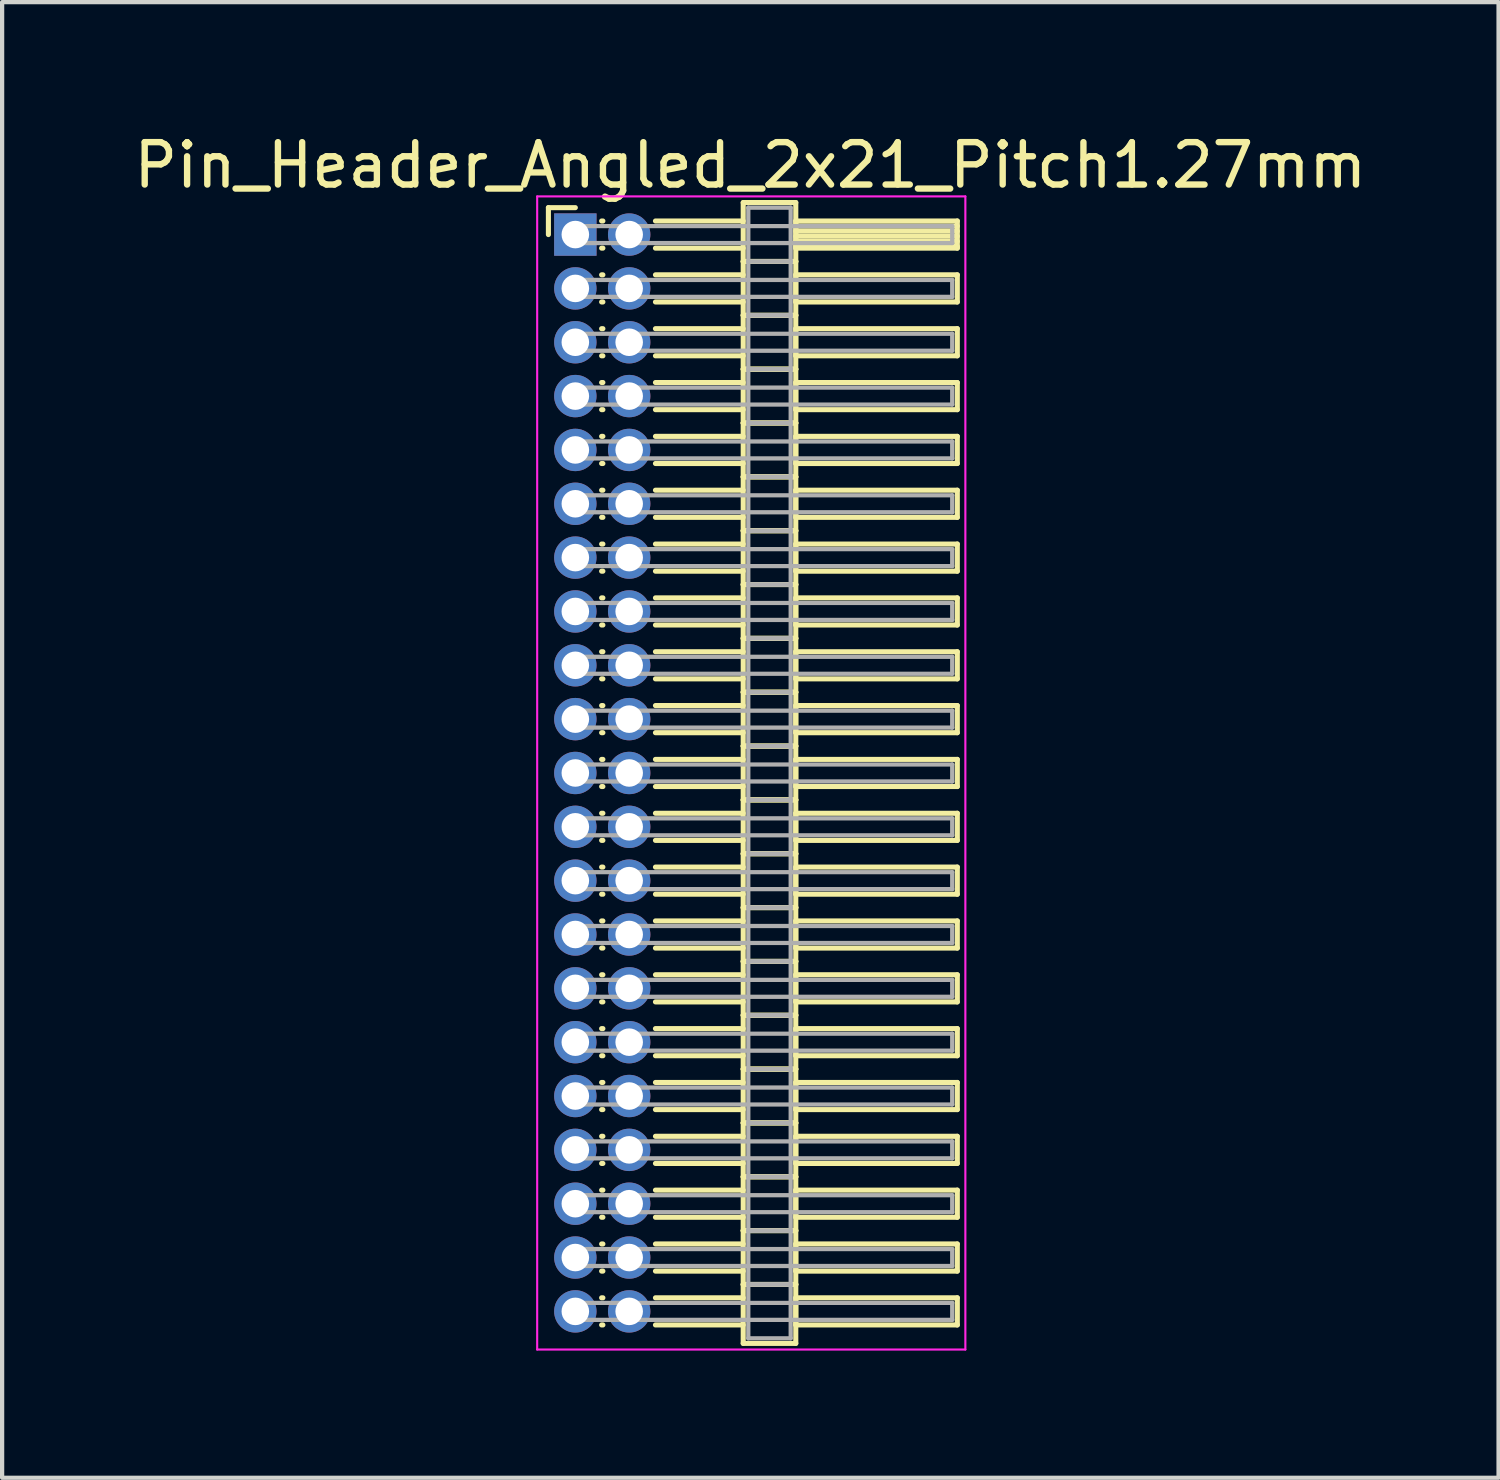
<source format=kicad_pcb>
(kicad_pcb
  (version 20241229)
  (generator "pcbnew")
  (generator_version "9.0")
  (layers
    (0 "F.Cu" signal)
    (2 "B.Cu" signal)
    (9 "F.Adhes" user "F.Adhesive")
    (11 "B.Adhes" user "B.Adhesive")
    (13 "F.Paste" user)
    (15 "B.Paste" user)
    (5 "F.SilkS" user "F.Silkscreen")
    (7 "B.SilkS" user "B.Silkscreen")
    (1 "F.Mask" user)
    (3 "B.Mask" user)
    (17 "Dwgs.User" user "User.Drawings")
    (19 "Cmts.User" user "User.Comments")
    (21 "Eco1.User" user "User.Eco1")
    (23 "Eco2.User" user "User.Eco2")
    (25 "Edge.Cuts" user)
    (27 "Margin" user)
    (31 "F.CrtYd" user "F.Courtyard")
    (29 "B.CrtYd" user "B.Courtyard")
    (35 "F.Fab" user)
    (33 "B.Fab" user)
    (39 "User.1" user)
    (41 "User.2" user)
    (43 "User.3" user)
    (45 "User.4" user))
  (footprint "Pin_Header_Angled_2x21_Pitch1.27mm"
    (layer "F.Cu")
    (at 10.521 2.483)
    (property "Reference" "Pin_Header_Angled_2x21_Pitch1.27mm" (at 4.128 -1.635 0) (layer "F.SilkS") (effects (font (size 1 1) (thickness 0.15))))
    (attr through_hole)
    (fp_line (start -0.635 -0.635) (end 0 -0.635) (stroke (width 0.12) (type solid)) (layer "F.SilkS"))
    (fp_line (start -0.635 0) (end -0.635 -0.635) (stroke (width 0.12) (type solid)) (layer "F.SilkS"))
    (fp_line (start 0.62 -0.32) (end 0.65 -0.32) (stroke (width 0.12) (type solid)) (layer "F.SilkS"))
    (fp_line (start 0.62 0.32) (end 0.65 0.32) (stroke (width 0.12) (type solid)) (layer "F.SilkS"))
    (fp_line (start 0.62 0.95) (end 0.65 0.95) (stroke (width 0.12) (type solid)) (layer "F.SilkS"))
    (fp_line (start 0.62 1.59) (end 0.65 1.59) (stroke (width 0.12) (type solid)) (layer "F.SilkS"))
    (fp_line (start 0.62 2.22) (end 0.65 2.22) (stroke (width 0.12) (type solid)) (layer "F.SilkS"))
    (fp_line (start 0.62 2.86) (end 0.65 2.86) (stroke (width 0.12) (type solid)) (layer "F.SilkS"))
    (fp_line (start 0.62 3.49) (end 0.65 3.49) (stroke (width 0.12) (type solid)) (layer "F.SilkS"))
    (fp_line (start 0.62 4.13) (end 0.65 4.13) (stroke (width 0.12) (type solid)) (layer "F.SilkS"))
    (fp_line (start 0.62 4.76) (end 0.65 4.76) (stroke (width 0.12) (type solid)) (layer "F.SilkS"))
    (fp_line (start 0.62 5.4) (end 0.65 5.4) (stroke (width 0.12) (type solid)) (layer "F.SilkS"))
    (fp_line (start 0.62 6.03) (end 0.65 6.03) (stroke (width 0.12) (type solid)) (layer "F.SilkS"))
    (fp_line (start 0.62 6.67) (end 0.65 6.67) (stroke (width 0.12) (type solid)) (layer "F.SilkS"))
    (fp_line (start 0.62 7.3) (end 0.65 7.3) (stroke (width 0.12) (type solid)) (layer "F.SilkS"))
    (fp_line (start 0.62 7.94) (end 0.65 7.94) (stroke (width 0.12) (type solid)) (layer "F.SilkS"))
    (fp_line (start 0.62 8.57) (end 0.65 8.57) (stroke (width 0.12) (type solid)) (layer "F.SilkS"))
    (fp_line (start 0.62 9.21) (end 0.65 9.21) (stroke (width 0.12) (type solid)) (layer "F.SilkS"))
    (fp_line (start 0.62 9.84) (end 0.65 9.84) (stroke (width 0.12) (type solid)) (layer "F.SilkS"))
    (fp_line (start 0.62 10.48) (end 0.65 10.48) (stroke (width 0.12) (type solid)) (layer "F.SilkS"))
    (fp_line (start 0.62 11.11) (end 0.65 11.11) (stroke (width 0.12) (type solid)) (layer "F.SilkS"))
    (fp_line (start 0.62 11.75) (end 0.65 11.75) (stroke (width 0.12) (type solid)) (layer "F.SilkS"))
    (fp_line (start 0.62 12.38) (end 0.65 12.38) (stroke (width 0.12) (type solid)) (layer "F.SilkS"))
    (fp_line (start 0.62 13.02) (end 0.65 13.02) (stroke (width 0.12) (type solid)) (layer "F.SilkS"))
    (fp_line (start 0.62 13.65) (end 0.65 13.65) (stroke (width 0.12) (type solid)) (layer "F.SilkS"))
    (fp_line (start 0.62 14.29) (end 0.65 14.29) (stroke (width 0.12) (type solid)) (layer "F.SilkS"))
    (fp_line (start 0.62 14.92) (end 0.65 14.92) (stroke (width 0.12) (type solid)) (layer "F.SilkS"))
    (fp_line (start 0.62 15.56) (end 0.65 15.56) (stroke (width 0.12) (type solid)) (layer "F.SilkS"))
    (fp_line (start 0.62 16.19) (end 0.65 16.19) (stroke (width 0.12) (type solid)) (layer "F.SilkS"))
    (fp_line (start 0.62 16.83) (end 0.65 16.83) (stroke (width 0.12) (type solid)) (layer "F.SilkS"))
    (fp_line (start 0.62 17.46) (end 0.65 17.46) (stroke (width 0.12) (type solid)) (layer "F.SilkS"))
    (fp_line (start 0.62 18.1) (end 0.65 18.1) (stroke (width 0.12) (type solid)) (layer "F.SilkS"))
    (fp_line (start 0.62 18.73) (end 0.65 18.73) (stroke (width 0.12) (type solid)) (layer "F.SilkS"))
    (fp_line (start 0.62 19.37) (end 0.65 19.37) (stroke (width 0.12) (type solid)) (layer "F.SilkS"))
    (fp_line (start 0.62 20) (end 0.65 20) (stroke (width 0.12) (type solid)) (layer "F.SilkS"))
    (fp_line (start 0.62 20.64) (end 0.65 20.64) (stroke (width 0.12) (type solid)) (layer "F.SilkS"))
    (fp_line (start 0.62 21.27) (end 0.65 21.27) (stroke (width 0.12) (type solid)) (layer "F.SilkS"))
    (fp_line (start 0.62 21.91) (end 0.65 21.91) (stroke (width 0.12) (type solid)) (layer "F.SilkS"))
    (fp_line (start 0.62 22.54) (end 0.65 22.54) (stroke (width 0.12) (type solid)) (layer "F.SilkS"))
    (fp_line (start 0.62 23.18) (end 0.65 23.18) (stroke (width 0.12) (type solid)) (layer "F.SilkS"))
    (fp_line (start 0.62 23.81) (end 0.65 23.81) (stroke (width 0.12) (type solid)) (layer "F.SilkS"))
    (fp_line (start 0.62 24.45) (end 0.65 24.45) (stroke (width 0.12) (type solid)) (layer "F.SilkS"))
    (fp_line (start 0.62 25.08) (end 0.65 25.08) (stroke (width 0.12) (type solid)) (layer "F.SilkS"))
    (fp_line (start 0.62 25.72) (end 0.65 25.72) (stroke (width 0.12) (type solid)) (layer "F.SilkS"))
    (fp_line (start 1.89 -0.32) (end 3.96 -0.32) (stroke (width 0.12) (type solid)) (layer "F.SilkS"))
    (fp_line (start 1.89 0.32) (end 3.96 0.32) (stroke (width 0.12) (type solid)) (layer "F.SilkS"))
    (fp_line (start 1.89 0.95) (end 3.96 0.95) (stroke (width 0.12) (type solid)) (layer "F.SilkS"))
    (fp_line (start 1.89 1.59) (end 3.96 1.59) (stroke (width 0.12) (type solid)) (layer "F.SilkS"))
    (fp_line (start 1.89 2.22) (end 3.96 2.22) (stroke (width 0.12) (type solid)) (layer "F.SilkS"))
    (fp_line (start 1.89 2.86) (end 3.96 2.86) (stroke (width 0.12) (type solid)) (layer "F.SilkS"))
    (fp_line (start 1.89 3.49) (end 3.96 3.49) (stroke (width 0.12) (type solid)) (layer "F.SilkS"))
    (fp_line (start 1.89 4.13) (end 3.96 4.13) (stroke (width 0.12) (type solid)) (layer "F.SilkS"))
    (fp_line (start 1.89 4.76) (end 3.96 4.76) (stroke (width 0.12) (type solid)) (layer "F.SilkS"))
    (fp_line (start 1.89 5.4) (end 3.96 5.4) (stroke (width 0.12) (type solid)) (layer "F.SilkS"))
    (fp_line (start 1.89 6.03) (end 3.96 6.03) (stroke (width 0.12) (type solid)) (layer "F.SilkS"))
    (fp_line (start 1.89 6.67) (end 3.96 6.67) (stroke (width 0.12) (type solid)) (layer "F.SilkS"))
    (fp_line (start 1.89 7.3) (end 3.96 7.3) (stroke (width 0.12) (type solid)) (layer "F.SilkS"))
    (fp_line (start 1.89 7.94) (end 3.96 7.94) (stroke (width 0.12) (type solid)) (layer "F.SilkS"))
    (fp_line (start 1.89 8.57) (end 3.96 8.57) (stroke (width 0.12) (type solid)) (layer "F.SilkS"))
    (fp_line (start 1.89 9.21) (end 3.96 9.21) (stroke (width 0.12) (type solid)) (layer "F.SilkS"))
    (fp_line (start 1.89 9.84) (end 3.96 9.84) (stroke (width 0.12) (type solid)) (layer "F.SilkS"))
    (fp_line (start 1.89 10.48) (end 3.96 10.48) (stroke (width 0.12) (type solid)) (layer "F.SilkS"))
    (fp_line (start 1.89 11.11) (end 3.96 11.11) (stroke (width 0.12) (type solid)) (layer "F.SilkS"))
    (fp_line (start 1.89 11.75) (end 3.96 11.75) (stroke (width 0.12) (type solid)) (layer "F.SilkS"))
    (fp_line (start 1.89 12.38) (end 3.96 12.38) (stroke (width 0.12) (type solid)) (layer "F.SilkS"))
    (fp_line (start 1.89 13.02) (end 3.96 13.02) (stroke (width 0.12) (type solid)) (layer "F.SilkS"))
    (fp_line (start 1.89 13.65) (end 3.96 13.65) (stroke (width 0.12) (type solid)) (layer "F.SilkS"))
    (fp_line (start 1.89 14.29) (end 3.96 14.29) (stroke (width 0.12) (type solid)) (layer "F.SilkS"))
    (fp_line (start 1.89 14.92) (end 3.96 14.92) (stroke (width 0.12) (type solid)) (layer "F.SilkS"))
    (fp_line (start 1.89 15.56) (end 3.96 15.56) (stroke (width 0.12) (type solid)) (layer "F.SilkS"))
    (fp_line (start 1.89 16.19) (end 3.96 16.19) (stroke (width 0.12) (type solid)) (layer "F.SilkS"))
    (fp_line (start 1.89 16.83) (end 3.96 16.83) (stroke (width 0.12) (type solid)) (layer "F.SilkS"))
    (fp_line (start 1.89 17.46) (end 3.96 17.46) (stroke (width 0.12) (type solid)) (layer "F.SilkS"))
    (fp_line (start 1.89 18.1) (end 3.96 18.1) (stroke (width 0.12) (type solid)) (layer "F.SilkS"))
    (fp_line (start 1.89 18.73) (end 3.96 18.73) (stroke (width 0.12) (type solid)) (layer "F.SilkS"))
    (fp_line (start 1.89 19.37) (end 3.96 19.37) (stroke (width 0.12) (type solid)) (layer "F.SilkS"))
    (fp_line (start 1.89 20) (end 3.96 20) (stroke (width 0.12) (type solid)) (layer "F.SilkS"))
    (fp_line (start 1.89 20.64) (end 3.96 20.64) (stroke (width 0.12) (type solid)) (layer "F.SilkS"))
    (fp_line (start 1.89 21.27) (end 3.96 21.27) (stroke (width 0.12) (type solid)) (layer "F.SilkS"))
    (fp_line (start 1.89 21.91) (end 3.96 21.91) (stroke (width 0.12) (type solid)) (layer "F.SilkS"))
    (fp_line (start 1.89 22.54) (end 3.96 22.54) (stroke (width 0.12) (type solid)) (layer "F.SilkS"))
    (fp_line (start 1.89 23.18) (end 3.96 23.18) (stroke (width 0.12) (type solid)) (layer "F.SilkS"))
    (fp_line (start 1.89 23.81) (end 3.96 23.81) (stroke (width 0.12) (type solid)) (layer "F.SilkS"))
    (fp_line (start 1.89 24.45) (end 3.96 24.45) (stroke (width 0.12) (type solid)) (layer "F.SilkS"))
    (fp_line (start 1.89 25.08) (end 3.96 25.08) (stroke (width 0.12) (type solid)) (layer "F.SilkS"))
    (fp_line (start 1.89 25.72) (end 3.96 25.72) (stroke (width 0.12) (type solid)) (layer "F.SilkS"))
    (fp_line (start 3.96 -0.755) (end 3.96 0.635) (stroke (width 0.12) (type solid)) (layer "F.SilkS"))
    (fp_line (start 3.96 0.635) (end 3.96 1.905) (stroke (width 0.12) (type solid)) (layer "F.SilkS"))
    (fp_line (start 3.96 0.635) (end 5.2 0.635) (stroke (width 0.12) (type solid)) (layer "F.SilkS"))
    (fp_line (start 3.96 1.905) (end 3.96 3.175) (stroke (width 0.12) (type solid)) (layer "F.SilkS"))
    (fp_line (start 3.96 1.905) (end 5.2 1.905) (stroke (width 0.12) (type solid)) (layer "F.SilkS"))
    (fp_line (start 3.96 3.175) (end 3.96 4.445) (stroke (width 0.12) (type solid)) (layer "F.SilkS"))
    (fp_line (start 3.96 3.175) (end 5.2 3.175) (stroke (width 0.12) (type solid)) (layer "F.SilkS"))
    (fp_line (start 3.96 4.445) (end 3.96 5.715) (stroke (width 0.12) (type solid)) (layer "F.SilkS"))
    (fp_line (start 3.96 4.445) (end 5.2 4.445) (stroke (width 0.12) (type solid)) (layer "F.SilkS"))
    (fp_line (start 3.96 5.715) (end 3.96 6.985) (stroke (width 0.12) (type solid)) (layer "F.SilkS"))
    (fp_line (start 3.96 5.715) (end 5.2 5.715) (stroke (width 0.12) (type solid)) (layer "F.SilkS"))
    (fp_line (start 3.96 6.985) (end 3.96 8.255) (stroke (width 0.12) (type solid)) (layer "F.SilkS"))
    (fp_line (start 3.96 6.985) (end 5.2 6.985) (stroke (width 0.12) (type solid)) (layer "F.SilkS"))
    (fp_line (start 3.96 8.255) (end 3.96 9.525) (stroke (width 0.12) (type solid)) (layer "F.SilkS"))
    (fp_line (start 3.96 8.255) (end 5.2 8.255) (stroke (width 0.12) (type solid)) (layer "F.SilkS"))
    (fp_line (start 3.96 9.525) (end 3.96 10.795) (stroke (width 0.12) (type solid)) (layer "F.SilkS"))
    (fp_line (start 3.96 9.525) (end 5.2 9.525) (stroke (width 0.12) (type solid)) (layer "F.SilkS"))
    (fp_line (start 3.96 10.795) (end 3.96 12.065) (stroke (width 0.12) (type solid)) (layer "F.SilkS"))
    (fp_line (start 3.96 10.795) (end 5.2 10.795) (stroke (width 0.12) (type solid)) (layer "F.SilkS"))
    (fp_line (start 3.96 12.065) (end 3.96 13.335) (stroke (width 0.12) (type solid)) (layer "F.SilkS"))
    (fp_line (start 3.96 12.065) (end 5.2 12.065) (stroke (width 0.12) (type solid)) (layer "F.SilkS"))
    (fp_line (start 3.96 13.335) (end 3.96 14.605) (stroke (width 0.12) (type solid)) (layer "F.SilkS"))
    (fp_line (start 3.96 13.335) (end 5.2 13.335) (stroke (width 0.12) (type solid)) (layer "F.SilkS"))
    (fp_line (start 3.96 14.605) (end 3.96 15.875) (stroke (width 0.12) (type solid)) (layer "F.SilkS"))
    (fp_line (start 3.96 14.605) (end 5.2 14.605) (stroke (width 0.12) (type solid)) (layer "F.SilkS"))
    (fp_line (start 3.96 15.875) (end 3.96 17.145) (stroke (width 0.12) (type solid)) (layer "F.SilkS"))
    (fp_line (start 3.96 15.875) (end 5.2 15.875) (stroke (width 0.12) (type solid)) (layer "F.SilkS"))
    (fp_line (start 3.96 17.145) (end 3.96 18.415) (stroke (width 0.12) (type solid)) (layer "F.SilkS"))
    (fp_line (start 3.96 17.145) (end 5.2 17.145) (stroke (width 0.12) (type solid)) (layer "F.SilkS"))
    (fp_line (start 3.96 18.415) (end 3.96 19.685) (stroke (width 0.12) (type solid)) (layer "F.SilkS"))
    (fp_line (start 3.96 18.415) (end 5.2 18.415) (stroke (width 0.12) (type solid)) (layer "F.SilkS"))
    (fp_line (start 3.96 19.685) (end 3.96 20.955) (stroke (width 0.12) (type solid)) (layer "F.SilkS"))
    (fp_line (start 3.96 19.685) (end 5.2 19.685) (stroke (width 0.12) (type solid)) (layer "F.SilkS"))
    (fp_line (start 3.96 20.955) (end 3.96 22.225) (stroke (width 0.12) (type solid)) (layer "F.SilkS"))
    (fp_line (start 3.96 20.955) (end 5.2 20.955) (stroke (width 0.12) (type solid)) (layer "F.SilkS"))
    (fp_line (start 3.96 22.225) (end 3.96 23.495) (stroke (width 0.12) (type solid)) (layer "F.SilkS"))
    (fp_line (start 3.96 22.225) (end 5.2 22.225) (stroke (width 0.12) (type solid)) (layer "F.SilkS"))
    (fp_line (start 3.96 23.495) (end 3.96 24.765) (stroke (width 0.12) (type solid)) (layer "F.SilkS"))
    (fp_line (start 3.96 23.495) (end 5.2 23.495) (stroke (width 0.12) (type solid)) (layer "F.SilkS"))
    (fp_line (start 3.96 24.765) (end 3.96 26.155) (stroke (width 0.12) (type solid)) (layer "F.SilkS"))
    (fp_line (start 3.96 24.765) (end 5.2 24.765) (stroke (width 0.12) (type solid)) (layer "F.SilkS"))
    (fp_line (start 3.96 26.155) (end 5.2 26.155) (stroke (width 0.12) (type solid)) (layer "F.SilkS"))
    (fp_line (start 5.2 -0.755) (end 3.96 -0.755) (stroke (width 0.12) (type solid)) (layer "F.SilkS"))
    (fp_line (start 5.2 -0.32) (end 5.2 0.32) (stroke (width 0.12) (type solid)) (layer "F.SilkS"))
    (fp_line (start 5.2 -0.2) (end 9.01 -0.2) (stroke (width 0.12) (type solid)) (layer "F.SilkS"))
    (fp_line (start 5.2 -0.08) (end 9.01 -0.08) (stroke (width 0.12) (type solid)) (layer "F.SilkS"))
    (fp_line (start 5.2 0.04) (end 9.01 0.04) (stroke (width 0.12) (type solid)) (layer "F.SilkS"))
    (fp_line (start 5.2 0.16) (end 9.01 0.16) (stroke (width 0.12) (type solid)) (layer "F.SilkS"))
    (fp_line (start 5.2 0.28) (end 9.01 0.28) (stroke (width 0.12) (type solid)) (layer "F.SilkS"))
    (fp_line (start 5.2 0.32) (end 9.01 0.32) (stroke (width 0.12) (type solid)) (layer "F.SilkS"))
    (fp_line (start 5.2 0.635) (end 3.96 0.635) (stroke (width 0.12) (type solid)) (layer "F.SilkS"))
    (fp_line (start 5.2 0.635) (end 5.2 -0.755) (stroke (width 0.12) (type solid)) (layer "F.SilkS"))
    (fp_line (start 5.2 0.95) (end 5.2 1.59) (stroke (width 0.12) (type solid)) (layer "F.SilkS"))
    (fp_line (start 5.2 1.59) (end 9.01 1.59) (stroke (width 0.12) (type solid)) (layer "F.SilkS"))
    (fp_line (start 5.2 1.905) (end 3.96 1.905) (stroke (width 0.12) (type solid)) (layer "F.SilkS"))
    (fp_line (start 5.2 1.905) (end 5.2 0.635) (stroke (width 0.12) (type solid)) (layer "F.SilkS"))
    (fp_line (start 5.2 2.22) (end 5.2 2.86) (stroke (width 0.12) (type solid)) (layer "F.SilkS"))
    (fp_line (start 5.2 2.86) (end 9.01 2.86) (stroke (width 0.12) (type solid)) (layer "F.SilkS"))
    (fp_line (start 5.2 3.175) (end 3.96 3.175) (stroke (width 0.12) (type solid)) (layer "F.SilkS"))
    (fp_line (start 5.2 3.175) (end 5.2 1.905) (stroke (width 0.12) (type solid)) (layer "F.SilkS"))
    (fp_line (start 5.2 3.49) (end 5.2 4.13) (stroke (width 0.12) (type solid)) (layer "F.SilkS"))
    (fp_line (start 5.2 4.13) (end 9.01 4.13) (stroke (width 0.12) (type solid)) (layer "F.SilkS"))
    (fp_line (start 5.2 4.445) (end 3.96 4.445) (stroke (width 0.12) (type solid)) (layer "F.SilkS"))
    (fp_line (start 5.2 4.445) (end 5.2 3.175) (stroke (width 0.12) (type solid)) (layer "F.SilkS"))
    (fp_line (start 5.2 4.76) (end 5.2 5.4) (stroke (width 0.12) (type solid)) (layer "F.SilkS"))
    (fp_line (start 5.2 5.4) (end 9.01 5.4) (stroke (width 0.12) (type solid)) (layer "F.SilkS"))
    (fp_line (start 5.2 5.715) (end 3.96 5.715) (stroke (width 0.12) (type solid)) (layer "F.SilkS"))
    (fp_line (start 5.2 5.715) (end 5.2 4.445) (stroke (width 0.12) (type solid)) (layer "F.SilkS"))
    (fp_line (start 5.2 6.03) (end 5.2 6.67) (stroke (width 0.12) (type solid)) (layer "F.SilkS"))
    (fp_line (start 5.2 6.67) (end 9.01 6.67) (stroke (width 0.12) (type solid)) (layer "F.SilkS"))
    (fp_line (start 5.2 6.985) (end 3.96 6.985) (stroke (width 0.12) (type solid)) (layer "F.SilkS"))
    (fp_line (start 5.2 6.985) (end 5.2 5.715) (stroke (width 0.12) (type solid)) (layer "F.SilkS"))
    (fp_line (start 5.2 7.3) (end 5.2 7.94) (stroke (width 0.12) (type solid)) (layer "F.SilkS"))
    (fp_line (start 5.2 7.94) (end 9.01 7.94) (stroke (width 0.12) (type solid)) (layer "F.SilkS"))
    (fp_line (start 5.2 8.255) (end 3.96 8.255) (stroke (width 0.12) (type solid)) (layer "F.SilkS"))
    (fp_line (start 5.2 8.255) (end 5.2 6.985) (stroke (width 0.12) (type solid)) (layer "F.SilkS"))
    (fp_line (start 5.2 8.57) (end 5.2 9.21) (stroke (width 0.12) (type solid)) (layer "F.SilkS"))
    (fp_line (start 5.2 9.21) (end 9.01 9.21) (stroke (width 0.12) (type solid)) (layer "F.SilkS"))
    (fp_line (start 5.2 9.525) (end 3.96 9.525) (stroke (width 0.12) (type solid)) (layer "F.SilkS"))
    (fp_line (start 5.2 9.525) (end 5.2 8.255) (stroke (width 0.12) (type solid)) (layer "F.SilkS"))
    (fp_line (start 5.2 9.84) (end 5.2 10.48) (stroke (width 0.12) (type solid)) (layer "F.SilkS"))
    (fp_line (start 5.2 10.48) (end 9.01 10.48) (stroke (width 0.12) (type solid)) (layer "F.SilkS"))
    (fp_line (start 5.2 10.795) (end 3.96 10.795) (stroke (width 0.12) (type solid)) (layer "F.SilkS"))
    (fp_line (start 5.2 10.795) (end 5.2 9.525) (stroke (width 0.12) (type solid)) (layer "F.SilkS"))
    (fp_line (start 5.2 11.11) (end 5.2 11.75) (stroke (width 0.12) (type solid)) (layer "F.SilkS"))
    (fp_line (start 5.2 11.75) (end 9.01 11.75) (stroke (width 0.12) (type solid)) (layer "F.SilkS"))
    (fp_line (start 5.2 12.065) (end 3.96 12.065) (stroke (width 0.12) (type solid)) (layer "F.SilkS"))
    (fp_line (start 5.2 12.065) (end 5.2 10.795) (stroke (width 0.12) (type solid)) (layer "F.SilkS"))
    (fp_line (start 5.2 12.38) (end 5.2 13.02) (stroke (width 0.12) (type solid)) (layer "F.SilkS"))
    (fp_line (start 5.2 13.02) (end 9.01 13.02) (stroke (width 0.12) (type solid)) (layer "F.SilkS"))
    (fp_line (start 5.2 13.335) (end 3.96 13.335) (stroke (width 0.12) (type solid)) (layer "F.SilkS"))
    (fp_line (start 5.2 13.335) (end 5.2 12.065) (stroke (width 0.12) (type solid)) (layer "F.SilkS"))
    (fp_line (start 5.2 13.65) (end 5.2 14.29) (stroke (width 0.12) (type solid)) (layer "F.SilkS"))
    (fp_line (start 5.2 14.29) (end 9.01 14.29) (stroke (width 0.12) (type solid)) (layer "F.SilkS"))
    (fp_line (start 5.2 14.605) (end 3.96 14.605) (stroke (width 0.12) (type solid)) (layer "F.SilkS"))
    (fp_line (start 5.2 14.605) (end 5.2 13.335) (stroke (width 0.12) (type solid)) (layer "F.SilkS"))
    (fp_line (start 5.2 14.92) (end 5.2 15.56) (stroke (width 0.12) (type solid)) (layer "F.SilkS"))
    (fp_line (start 5.2 15.56) (end 9.01 15.56) (stroke (width 0.12) (type solid)) (layer "F.SilkS"))
    (fp_line (start 5.2 15.875) (end 3.96 15.875) (stroke (width 0.12) (type solid)) (layer "F.SilkS"))
    (fp_line (start 5.2 15.875) (end 5.2 14.605) (stroke (width 0.12) (type solid)) (layer "F.SilkS"))
    (fp_line (start 5.2 16.19) (end 5.2 16.83) (stroke (width 0.12) (type solid)) (layer "F.SilkS"))
    (fp_line (start 5.2 16.83) (end 9.01 16.83) (stroke (width 0.12) (type solid)) (layer "F.SilkS"))
    (fp_line (start 5.2 17.145) (end 3.96 17.145) (stroke (width 0.12) (type solid)) (layer "F.SilkS"))
    (fp_line (start 5.2 17.145) (end 5.2 15.875) (stroke (width 0.12) (type solid)) (layer "F.SilkS"))
    (fp_line (start 5.2 17.46) (end 5.2 18.1) (stroke (width 0.12) (type solid)) (layer "F.SilkS"))
    (fp_line (start 5.2 18.1) (end 9.01 18.1) (stroke (width 0.12) (type solid)) (layer "F.SilkS"))
    (fp_line (start 5.2 18.415) (end 3.96 18.415) (stroke (width 0.12) (type solid)) (layer "F.SilkS"))
    (fp_line (start 5.2 18.415) (end 5.2 17.145) (stroke (width 0.12) (type solid)) (layer "F.SilkS"))
    (fp_line (start 5.2 18.73) (end 5.2 19.37) (stroke (width 0.12) (type solid)) (layer "F.SilkS"))
    (fp_line (start 5.2 19.37) (end 9.01 19.37) (stroke (width 0.12) (type solid)) (layer "F.SilkS"))
    (fp_line (start 5.2 19.685) (end 3.96 19.685) (stroke (width 0.12) (type solid)) (layer "F.SilkS"))
    (fp_line (start 5.2 19.685) (end 5.2 18.415) (stroke (width 0.12) (type solid)) (layer "F.SilkS"))
    (fp_line (start 5.2 20) (end 5.2 20.64) (stroke (width 0.12) (type solid)) (layer "F.SilkS"))
    (fp_line (start 5.2 20.64) (end 9.01 20.64) (stroke (width 0.12) (type solid)) (layer "F.SilkS"))
    (fp_line (start 5.2 20.955) (end 3.96 20.955) (stroke (width 0.12) (type solid)) (layer "F.SilkS"))
    (fp_line (start 5.2 20.955) (end 5.2 19.685) (stroke (width 0.12) (type solid)) (layer "F.SilkS"))
    (fp_line (start 5.2 21.27) (end 5.2 21.91) (stroke (width 0.12) (type solid)) (layer "F.SilkS"))
    (fp_line (start 5.2 21.91) (end 9.01 21.91) (stroke (width 0.12) (type solid)) (layer "F.SilkS"))
    (fp_line (start 5.2 22.225) (end 3.96 22.225) (stroke (width 0.12) (type solid)) (layer "F.SilkS"))
    (fp_line (start 5.2 22.225) (end 5.2 20.955) (stroke (width 0.12) (type solid)) (layer "F.SilkS"))
    (fp_line (start 5.2 22.54) (end 5.2 23.18) (stroke (width 0.12) (type solid)) (layer "F.SilkS"))
    (fp_line (start 5.2 23.18) (end 9.01 23.18) (stroke (width 0.12) (type solid)) (layer "F.SilkS"))
    (fp_line (start 5.2 23.495) (end 3.96 23.495) (stroke (width 0.12) (type solid)) (layer "F.SilkS"))
    (fp_line (start 5.2 23.495) (end 5.2 22.225) (stroke (width 0.12) (type solid)) (layer "F.SilkS"))
    (fp_line (start 5.2 23.81) (end 5.2 24.45) (stroke (width 0.12) (type solid)) (layer "F.SilkS"))
    (fp_line (start 5.2 24.45) (end 9.01 24.45) (stroke (width 0.12) (type solid)) (layer "F.SilkS"))
    (fp_line (start 5.2 24.765) (end 3.96 24.765) (stroke (width 0.12) (type solid)) (layer "F.SilkS"))
    (fp_line (start 5.2 24.765) (end 5.2 23.495) (stroke (width 0.12) (type solid)) (layer "F.SilkS"))
    (fp_line (start 5.2 25.08) (end 5.2 25.72) (stroke (width 0.12) (type solid)) (layer "F.SilkS"))
    (fp_line (start 5.2 25.72) (end 9.01 25.72) (stroke (width 0.12) (type solid)) (layer "F.SilkS"))
    (fp_line (start 5.2 26.155) (end 5.2 24.765) (stroke (width 0.12) (type solid)) (layer "F.SilkS"))
    (fp_line (start 9.01 -0.32) (end 5.2 -0.32) (stroke (width 0.12) (type solid)) (layer "F.SilkS"))
    (fp_line (start 9.01 0.32) (end 9.01 -0.32) (stroke (width 0.12) (type solid)) (layer "F.SilkS"))
    (fp_line (start 9.01 0.95) (end 5.2 0.95) (stroke (width 0.12) (type solid)) (layer "F.SilkS"))
    (fp_line (start 9.01 1.59) (end 9.01 0.95) (stroke (width 0.12) (type solid)) (layer "F.SilkS"))
    (fp_line (start 9.01 2.22) (end 5.2 2.22) (stroke (width 0.12) (type solid)) (layer "F.SilkS"))
    (fp_line (start 9.01 2.86) (end 9.01 2.22) (stroke (width 0.12) (type solid)) (layer "F.SilkS"))
    (fp_line (start 9.01 3.49) (end 5.2 3.49) (stroke (width 0.12) (type solid)) (layer "F.SilkS"))
    (fp_line (start 9.01 4.13) (end 9.01 3.49) (stroke (width 0.12) (type solid)) (layer "F.SilkS"))
    (fp_line (start 9.01 4.76) (end 5.2 4.76) (stroke (width 0.12) (type solid)) (layer "F.SilkS"))
    (fp_line (start 9.01 5.4) (end 9.01 4.76) (stroke (width 0.12) (type solid)) (layer "F.SilkS"))
    (fp_line (start 9.01 6.03) (end 5.2 6.03) (stroke (width 0.12) (type solid)) (layer "F.SilkS"))
    (fp_line (start 9.01 6.67) (end 9.01 6.03) (stroke (width 0.12) (type solid)) (layer "F.SilkS"))
    (fp_line (start 9.01 7.3) (end 5.2 7.3) (stroke (width 0.12) (type solid)) (layer "F.SilkS"))
    (fp_line (start 9.01 7.94) (end 9.01 7.3) (stroke (width 0.12) (type solid)) (layer "F.SilkS"))
    (fp_line (start 9.01 8.57) (end 5.2 8.57) (stroke (width 0.12) (type solid)) (layer "F.SilkS"))
    (fp_line (start 9.01 9.21) (end 9.01 8.57) (stroke (width 0.12) (type solid)) (layer "F.SilkS"))
    (fp_line (start 9.01 9.84) (end 5.2 9.84) (stroke (width 0.12) (type solid)) (layer "F.SilkS"))
    (fp_line (start 9.01 10.48) (end 9.01 9.84) (stroke (width 0.12) (type solid)) (layer "F.SilkS"))
    (fp_line (start 9.01 11.11) (end 5.2 11.11) (stroke (width 0.12) (type solid)) (layer "F.SilkS"))
    (fp_line (start 9.01 11.75) (end 9.01 11.11) (stroke (width 0.12) (type solid)) (layer "F.SilkS"))
    (fp_line (start 9.01 12.38) (end 5.2 12.38) (stroke (width 0.12) (type solid)) (layer "F.SilkS"))
    (fp_line (start 9.01 13.02) (end 9.01 12.38) (stroke (width 0.12) (type solid)) (layer "F.SilkS"))
    (fp_line (start 9.01 13.65) (end 5.2 13.65) (stroke (width 0.12) (type solid)) (layer "F.SilkS"))
    (fp_line (start 9.01 14.29) (end 9.01 13.65) (stroke (width 0.12) (type solid)) (layer "F.SilkS"))
    (fp_line (start 9.01 14.92) (end 5.2 14.92) (stroke (width 0.12) (type solid)) (layer "F.SilkS"))
    (fp_line (start 9.01 15.56) (end 9.01 14.92) (stroke (width 0.12) (type solid)) (layer "F.SilkS"))
    (fp_line (start 9.01 16.19) (end 5.2 16.19) (stroke (width 0.12) (type solid)) (layer "F.SilkS"))
    (fp_line (start 9.01 16.83) (end 9.01 16.19) (stroke (width 0.12) (type solid)) (layer "F.SilkS"))
    (fp_line (start 9.01 17.46) (end 5.2 17.46) (stroke (width 0.12) (type solid)) (layer "F.SilkS"))
    (fp_line (start 9.01 18.1) (end 9.01 17.46) (stroke (width 0.12) (type solid)) (layer "F.SilkS"))
    (fp_line (start 9.01 18.73) (end 5.2 18.73) (stroke (width 0.12) (type solid)) (layer "F.SilkS"))
    (fp_line (start 9.01 19.37) (end 9.01 18.73) (stroke (width 0.12) (type solid)) (layer "F.SilkS"))
    (fp_line (start 9.01 20) (end 5.2 20) (stroke (width 0.12) (type solid)) (layer "F.SilkS"))
    (fp_line (start 9.01 20.64) (end 9.01 20) (stroke (width 0.12) (type solid)) (layer "F.SilkS"))
    (fp_line (start 9.01 21.27) (end 5.2 21.27) (stroke (width 0.12) (type solid)) (layer "F.SilkS"))
    (fp_line (start 9.01 21.91) (end 9.01 21.27) (stroke (width 0.12) (type solid)) (layer "F.SilkS"))
    (fp_line (start 9.01 22.54) (end 5.2 22.54) (stroke (width 0.12) (type solid)) (layer "F.SilkS"))
    (fp_line (start 9.01 23.18) (end 9.01 22.54) (stroke (width 0.12) (type solid)) (layer "F.SilkS"))
    (fp_line (start 9.01 23.81) (end 5.2 23.81) (stroke (width 0.12) (type solid)) (layer "F.SilkS"))
    (fp_line (start 9.01 24.45) (end 9.01 23.81) (stroke (width 0.12) (type solid)) (layer "F.SilkS"))
    (fp_line (start 9.01 25.08) (end 5.2 25.08) (stroke (width 0.12) (type solid)) (layer "F.SilkS"))
    (fp_line (start 9.01 25.72) (end 9.01 25.08) (stroke (width 0.12) (type solid)) (layer "F.SilkS"))
    (fp_line (start -0.9 -0.9) (end -0.9 26.3) (stroke (width 0.05) (type solid)) (layer "F.CrtYd"))
    (fp_line (start -0.9 26.3) (end 9.2 26.3) (stroke (width 0.05) (type solid)) (layer "F.CrtYd"))
    (fp_line (start 9.2 -0.9) (end -0.9 -0.9) (stroke (width 0.05) (type solid)) (layer "F.CrtYd"))
    (fp_line (start 9.2 26.3) (end 9.2 -0.9) (stroke (width 0.05) (type solid)) (layer "F.CrtYd"))
    (fp_line (start 0 -0.2) (end 0 0.2) (stroke (width 0.1) (type solid)) (layer "F.Fab"))
    (fp_line (start 0 0.2) (end 8.89 0.2) (stroke (width 0.1) (type solid)) (layer "F.Fab"))
    (fp_line (start 0 1.07) (end 0 1.47) (stroke (width 0.1) (type solid)) (layer "F.Fab"))
    (fp_line (start 0 1.47) (end 8.89 1.47) (stroke (width 0.1) (type solid)) (layer "F.Fab"))
    (fp_line (start 0 2.34) (end 0 2.74) (stroke (width 0.1) (type solid)) (layer "F.Fab"))
    (fp_line (start 0 2.74) (end 8.89 2.74) (stroke (width 0.1) (type solid)) (layer "F.Fab"))
    (fp_line (start 0 3.61) (end 0 4.01) (stroke (width 0.1) (type solid)) (layer "F.Fab"))
    (fp_line (start 0 4.01) (end 8.89 4.01) (stroke (width 0.1) (type solid)) (layer "F.Fab"))
    (fp_line (start 0 4.88) (end 0 5.28) (stroke (width 0.1) (type solid)) (layer "F.Fab"))
    (fp_line (start 0 5.28) (end 8.89 5.28) (stroke (width 0.1) (type solid)) (layer "F.Fab"))
    (fp_line (start 0 6.15) (end 0 6.55) (stroke (width 0.1) (type solid)) (layer "F.Fab"))
    (fp_line (start 0 6.55) (end 8.89 6.55) (stroke (width 0.1) (type solid)) (layer "F.Fab"))
    (fp_line (start 0 7.42) (end 0 7.82) (stroke (width 0.1) (type solid)) (layer "F.Fab"))
    (fp_line (start 0 7.82) (end 8.89 7.82) (stroke (width 0.1) (type solid)) (layer "F.Fab"))
    (fp_line (start 0 8.69) (end 0 9.09) (stroke (width 0.1) (type solid)) (layer "F.Fab"))
    (fp_line (start 0 9.09) (end 8.89 9.09) (stroke (width 0.1) (type solid)) (layer "F.Fab"))
    (fp_line (start 0 9.96) (end 0 10.36) (stroke (width 0.1) (type solid)) (layer "F.Fab"))
    (fp_line (start 0 10.36) (end 8.89 10.36) (stroke (width 0.1) (type solid)) (layer "F.Fab"))
    (fp_line (start 0 11.23) (end 0 11.63) (stroke (width 0.1) (type solid)) (layer "F.Fab"))
    (fp_line (start 0 11.63) (end 8.89 11.63) (stroke (width 0.1) (type solid)) (layer "F.Fab"))
    (fp_line (start 0 12.5) (end 0 12.9) (stroke (width 0.1) (type solid)) (layer "F.Fab"))
    (fp_line (start 0 12.9) (end 8.89 12.9) (stroke (width 0.1) (type solid)) (layer "F.Fab"))
    (fp_line (start 0 13.77) (end 0 14.17) (stroke (width 0.1) (type solid)) (layer "F.Fab"))
    (fp_line (start 0 14.17) (end 8.89 14.17) (stroke (width 0.1) (type solid)) (layer "F.Fab"))
    (fp_line (start 0 15.04) (end 0 15.44) (stroke (width 0.1) (type solid)) (layer "F.Fab"))
    (fp_line (start 0 15.44) (end 8.89 15.44) (stroke (width 0.1) (type solid)) (layer "F.Fab"))
    (fp_line (start 0 16.31) (end 0 16.71) (stroke (width 0.1) (type solid)) (layer "F.Fab"))
    (fp_line (start 0 16.71) (end 8.89 16.71) (stroke (width 0.1) (type solid)) (layer "F.Fab"))
    (fp_line (start 0 17.58) (end 0 17.98) (stroke (width 0.1) (type solid)) (layer "F.Fab"))
    (fp_line (start 0 17.98) (end 8.89 17.98) (stroke (width 0.1) (type solid)) (layer "F.Fab"))
    (fp_line (start 0 18.85) (end 0 19.25) (stroke (width 0.1) (type solid)) (layer "F.Fab"))
    (fp_line (start 0 19.25) (end 8.89 19.25) (stroke (width 0.1) (type solid)) (layer "F.Fab"))
    (fp_line (start 0 20.12) (end 0 20.52) (stroke (width 0.1) (type solid)) (layer "F.Fab"))
    (fp_line (start 0 20.52) (end 8.89 20.52) (stroke (width 0.1) (type solid)) (layer "F.Fab"))
    (fp_line (start 0 21.39) (end 0 21.79) (stroke (width 0.1) (type solid)) (layer "F.Fab"))
    (fp_line (start 0 21.79) (end 8.89 21.79) (stroke (width 0.1) (type solid)) (layer "F.Fab"))
    (fp_line (start 0 22.66) (end 0 23.06) (stroke (width 0.1) (type solid)) (layer "F.Fab"))
    (fp_line (start 0 23.06) (end 8.89 23.06) (stroke (width 0.1) (type solid)) (layer "F.Fab"))
    (fp_line (start 0 23.93) (end 0 24.33) (stroke (width 0.1) (type solid)) (layer "F.Fab"))
    (fp_line (start 0 24.33) (end 8.89 24.33) (stroke (width 0.1) (type solid)) (layer "F.Fab"))
    (fp_line (start 0 25.2) (end 0 25.6) (stroke (width 0.1) (type solid)) (layer "F.Fab"))
    (fp_line (start 0 25.6) (end 8.89 25.6) (stroke (width 0.1) (type solid)) (layer "F.Fab"))
    (fp_line (start 4.08 -0.635) (end 4.08 0.635) (stroke (width 0.1) (type solid)) (layer "F.Fab"))
    (fp_line (start 4.08 0.635) (end 4.08 1.905) (stroke (width 0.1) (type solid)) (layer "F.Fab"))
    (fp_line (start 4.08 0.635) (end 5.08 0.635) (stroke (width 0.1) (type solid)) (layer "F.Fab"))
    (fp_line (start 4.08 1.905) (end 4.08 3.175) (stroke (width 0.1) (type solid)) (layer "F.Fab"))
    (fp_line (start 4.08 1.905) (end 5.08 1.905) (stroke (width 0.1) (type solid)) (layer "F.Fab"))
    (fp_line (start 4.08 3.175) (end 4.08 4.445) (stroke (width 0.1) (type solid)) (layer "F.Fab"))
    (fp_line (start 4.08 3.175) (end 5.08 3.175) (stroke (width 0.1) (type solid)) (layer "F.Fab"))
    (fp_line (start 4.08 4.445) (end 4.08 5.715) (stroke (width 0.1) (type solid)) (layer "F.Fab"))
    (fp_line (start 4.08 4.445) (end 5.08 4.445) (stroke (width 0.1) (type solid)) (layer "F.Fab"))
    (fp_line (start 4.08 5.715) (end 4.08 6.985) (stroke (width 0.1) (type solid)) (layer "F.Fab"))
    (fp_line (start 4.08 5.715) (end 5.08 5.715) (stroke (width 0.1) (type solid)) (layer "F.Fab"))
    (fp_line (start 4.08 6.985) (end 4.08 8.255) (stroke (width 0.1) (type solid)) (layer "F.Fab"))
    (fp_line (start 4.08 6.985) (end 5.08 6.985) (stroke (width 0.1) (type solid)) (layer "F.Fab"))
    (fp_line (start 4.08 8.255) (end 4.08 9.525) (stroke (width 0.1) (type solid)) (layer "F.Fab"))
    (fp_line (start 4.08 8.255) (end 5.08 8.255) (stroke (width 0.1) (type solid)) (layer "F.Fab"))
    (fp_line (start 4.08 9.525) (end 4.08 10.795) (stroke (width 0.1) (type solid)) (layer "F.Fab"))
    (fp_line (start 4.08 9.525) (end 5.08 9.525) (stroke (width 0.1) (type solid)) (layer "F.Fab"))
    (fp_line (start 4.08 10.795) (end 4.08 12.065) (stroke (width 0.1) (type solid)) (layer "F.Fab"))
    (fp_line (start 4.08 10.795) (end 5.08 10.795) (stroke (width 0.1) (type solid)) (layer "F.Fab"))
    (fp_line (start 4.08 12.065) (end 4.08 13.335) (stroke (width 0.1) (type solid)) (layer "F.Fab"))
    (fp_line (start 4.08 12.065) (end 5.08 12.065) (stroke (width 0.1) (type solid)) (layer "F.Fab"))
    (fp_line (start 4.08 13.335) (end 4.08 14.605) (stroke (width 0.1) (type solid)) (layer "F.Fab"))
    (fp_line (start 4.08 13.335) (end 5.08 13.335) (stroke (width 0.1) (type solid)) (layer "F.Fab"))
    (fp_line (start 4.08 14.605) (end 4.08 15.875) (stroke (width 0.1) (type solid)) (layer "F.Fab"))
    (fp_line (start 4.08 14.605) (end 5.08 14.605) (stroke (width 0.1) (type solid)) (layer "F.Fab"))
    (fp_line (start 4.08 15.875) (end 4.08 17.145) (stroke (width 0.1) (type solid)) (layer "F.Fab"))
    (fp_line (start 4.08 15.875) (end 5.08 15.875) (stroke (width 0.1) (type solid)) (layer "F.Fab"))
    (fp_line (start 4.08 17.145) (end 4.08 18.415) (stroke (width 0.1) (type solid)) (layer "F.Fab"))
    (fp_line (start 4.08 17.145) (end 5.08 17.145) (stroke (width 0.1) (type solid)) (layer "F.Fab"))
    (fp_line (start 4.08 18.415) (end 4.08 19.685) (stroke (width 0.1) (type solid)) (layer "F.Fab"))
    (fp_line (start 4.08 18.415) (end 5.08 18.415) (stroke (width 0.1) (type solid)) (layer "F.Fab"))
    (fp_line (start 4.08 19.685) (end 4.08 20.955) (stroke (width 0.1) (type solid)) (layer "F.Fab"))
    (fp_line (start 4.08 19.685) (end 5.08 19.685) (stroke (width 0.1) (type solid)) (layer "F.Fab"))
    (fp_line (start 4.08 20.955) (end 4.08 22.225) (stroke (width 0.1) (type solid)) (layer "F.Fab"))
    (fp_line (start 4.08 20.955) (end 5.08 20.955) (stroke (width 0.1) (type solid)) (layer "F.Fab"))
    (fp_line (start 4.08 22.225) (end 4.08 23.495) (stroke (width 0.1) (type solid)) (layer "F.Fab"))
    (fp_line (start 4.08 22.225) (end 5.08 22.225) (stroke (width 0.1) (type solid)) (layer "F.Fab"))
    (fp_line (start 4.08 23.495) (end 4.08 24.765) (stroke (width 0.1) (type solid)) (layer "F.Fab"))
    (fp_line (start 4.08 23.495) (end 5.08 23.495) (stroke (width 0.1) (type solid)) (layer "F.Fab"))
    (fp_line (start 4.08 24.765) (end 4.08 26.035) (stroke (width 0.1) (type solid)) (layer "F.Fab"))
    (fp_line (start 4.08 24.765) (end 5.08 24.765) (stroke (width 0.1) (type solid)) (layer "F.Fab"))
    (fp_line (start 4.08 26.035) (end 5.08 26.035) (stroke (width 0.1) (type solid)) (layer "F.Fab"))
    (fp_line (start 5.08 -0.635) (end 4.08 -0.635) (stroke (width 0.1) (type solid)) (layer "F.Fab"))
    (fp_line (start 5.08 0.635) (end 4.08 0.635) (stroke (width 0.1) (type solid)) (layer "F.Fab"))
    (fp_line (start 5.08 0.635) (end 5.08 -0.635) (stroke (width 0.1) (type solid)) (layer "F.Fab"))
    (fp_line (start 5.08 1.905) (end 4.08 1.905) (stroke (width 0.1) (type solid)) (layer "F.Fab"))
    (fp_line (start 5.08 1.905) (end 5.08 0.635) (stroke (width 0.1) (type solid)) (layer "F.Fab"))
    (fp_line (start 5.08 3.175) (end 4.08 3.175) (stroke (width 0.1) (type solid)) (layer "F.Fab"))
    (fp_line (start 5.08 3.175) (end 5.08 1.905) (stroke (width 0.1) (type solid)) (layer "F.Fab"))
    (fp_line (start 5.08 4.445) (end 4.08 4.445) (stroke (width 0.1) (type solid)) (layer "F.Fab"))
    (fp_line (start 5.08 4.445) (end 5.08 3.175) (stroke (width 0.1) (type solid)) (layer "F.Fab"))
    (fp_line (start 5.08 5.715) (end 4.08 5.715) (stroke (width 0.1) (type solid)) (layer "F.Fab"))
    (fp_line (start 5.08 5.715) (end 5.08 4.445) (stroke (width 0.1) (type solid)) (layer "F.Fab"))
    (fp_line (start 5.08 6.985) (end 4.08 6.985) (stroke (width 0.1) (type solid)) (layer "F.Fab"))
    (fp_line (start 5.08 6.985) (end 5.08 5.715) (stroke (width 0.1) (type solid)) (layer "F.Fab"))
    (fp_line (start 5.08 8.255) (end 4.08 8.255) (stroke (width 0.1) (type solid)) (layer "F.Fab"))
    (fp_line (start 5.08 8.255) (end 5.08 6.985) (stroke (width 0.1) (type solid)) (layer "F.Fab"))
    (fp_line (start 5.08 9.525) (end 4.08 9.525) (stroke (width 0.1) (type solid)) (layer "F.Fab"))
    (fp_line (start 5.08 9.525) (end 5.08 8.255) (stroke (width 0.1) (type solid)) (layer "F.Fab"))
    (fp_line (start 5.08 10.795) (end 4.08 10.795) (stroke (width 0.1) (type solid)) (layer "F.Fab"))
    (fp_line (start 5.08 10.795) (end 5.08 9.525) (stroke (width 0.1) (type solid)) (layer "F.Fab"))
    (fp_line (start 5.08 12.065) (end 4.08 12.065) (stroke (width 0.1) (type solid)) (layer "F.Fab"))
    (fp_line (start 5.08 12.065) (end 5.08 10.795) (stroke (width 0.1) (type solid)) (layer "F.Fab"))
    (fp_line (start 5.08 13.335) (end 4.08 13.335) (stroke (width 0.1) (type solid)) (layer "F.Fab"))
    (fp_line (start 5.08 13.335) (end 5.08 12.065) (stroke (width 0.1) (type solid)) (layer "F.Fab"))
    (fp_line (start 5.08 14.605) (end 4.08 14.605) (stroke (width 0.1) (type solid)) (layer "F.Fab"))
    (fp_line (start 5.08 14.605) (end 5.08 13.335) (stroke (width 0.1) (type solid)) (layer "F.Fab"))
    (fp_line (start 5.08 15.875) (end 4.08 15.875) (stroke (width 0.1) (type solid)) (layer "F.Fab"))
    (fp_line (start 5.08 15.875) (end 5.08 14.605) (stroke (width 0.1) (type solid)) (layer "F.Fab"))
    (fp_line (start 5.08 17.145) (end 4.08 17.145) (stroke (width 0.1) (type solid)) (layer "F.Fab"))
    (fp_line (start 5.08 17.145) (end 5.08 15.875) (stroke (width 0.1) (type solid)) (layer "F.Fab"))
    (fp_line (start 5.08 18.415) (end 4.08 18.415) (stroke (width 0.1) (type solid)) (layer "F.Fab"))
    (fp_line (start 5.08 18.415) (end 5.08 17.145) (stroke (width 0.1) (type solid)) (layer "F.Fab"))
    (fp_line (start 5.08 19.685) (end 4.08 19.685) (stroke (width 0.1) (type solid)) (layer "F.Fab"))
    (fp_line (start 5.08 19.685) (end 5.08 18.415) (stroke (width 0.1) (type solid)) (layer "F.Fab"))
    (fp_line (start 5.08 20.955) (end 4.08 20.955) (stroke (width 0.1) (type solid)) (layer "F.Fab"))
    (fp_line (start 5.08 20.955) (end 5.08 19.685) (stroke (width 0.1) (type solid)) (layer "F.Fab"))
    (fp_line (start 5.08 22.225) (end 4.08 22.225) (stroke (width 0.1) (type solid)) (layer "F.Fab"))
    (fp_line (start 5.08 22.225) (end 5.08 20.955) (stroke (width 0.1) (type solid)) (layer "F.Fab"))
    (fp_line (start 5.08 23.495) (end 4.08 23.495) (stroke (width 0.1) (type solid)) (layer "F.Fab"))
    (fp_line (start 5.08 23.495) (end 5.08 22.225) (stroke (width 0.1) (type solid)) (layer "F.Fab"))
    (fp_line (start 5.08 24.765) (end 4.08 24.765) (stroke (width 0.1) (type solid)) (layer "F.Fab"))
    (fp_line (start 5.08 24.765) (end 5.08 23.495) (stroke (width 0.1) (type solid)) (layer "F.Fab"))
    (fp_line (start 5.08 26.035) (end 5.08 24.765) (stroke (width 0.1) (type solid)) (layer "F.Fab"))
    (fp_line (start 8.89 -0.2) (end 0 -0.2) (stroke (width 0.1) (type solid)) (layer "F.Fab"))
    (fp_line (start 8.89 0.2) (end 8.89 -0.2) (stroke (width 0.1) (type solid)) (layer "F.Fab"))
    (fp_line (start 8.89 1.07) (end 0 1.07) (stroke (width 0.1) (type solid)) (layer "F.Fab"))
    (fp_line (start 8.89 1.47) (end 8.89 1.07) (stroke (width 0.1) (type solid)) (layer "F.Fab"))
    (fp_line (start 8.89 2.34) (end 0 2.34) (stroke (width 0.1) (type solid)) (layer "F.Fab"))
    (fp_line (start 8.89 2.74) (end 8.89 2.34) (stroke (width 0.1) (type solid)) (layer "F.Fab"))
    (fp_line (start 8.89 3.61) (end 0 3.61) (stroke (width 0.1) (type solid)) (layer "F.Fab"))
    (fp_line (start 8.89 4.01) (end 8.89 3.61) (stroke (width 0.1) (type solid)) (layer "F.Fab"))
    (fp_line (start 8.89 4.88) (end 0 4.88) (stroke (width 0.1) (type solid)) (layer "F.Fab"))
    (fp_line (start 8.89 5.28) (end 8.89 4.88) (stroke (width 0.1) (type solid)) (layer "F.Fab"))
    (fp_line (start 8.89 6.15) (end 0 6.15) (stroke (width 0.1) (type solid)) (layer "F.Fab"))
    (fp_line (start 8.89 6.55) (end 8.89 6.15) (stroke (width 0.1) (type solid)) (layer "F.Fab"))
    (fp_line (start 8.89 7.42) (end 0 7.42) (stroke (width 0.1) (type solid)) (layer "F.Fab"))
    (fp_line (start 8.89 7.82) (end 8.89 7.42) (stroke (width 0.1) (type solid)) (layer "F.Fab"))
    (fp_line (start 8.89 8.69) (end 0 8.69) (stroke (width 0.1) (type solid)) (layer "F.Fab"))
    (fp_line (start 8.89 9.09) (end 8.89 8.69) (stroke (width 0.1) (type solid)) (layer "F.Fab"))
    (fp_line (start 8.89 9.96) (end 0 9.96) (stroke (width 0.1) (type solid)) (layer "F.Fab"))
    (fp_line (start 8.89 10.36) (end 8.89 9.96) (stroke (width 0.1) (type solid)) (layer "F.Fab"))
    (fp_line (start 8.89 11.23) (end 0 11.23) (stroke (width 0.1) (type solid)) (layer "F.Fab"))
    (fp_line (start 8.89 11.63) (end 8.89 11.23) (stroke (width 0.1) (type solid)) (layer "F.Fab"))
    (fp_line (start 8.89 12.5) (end 0 12.5) (stroke (width 0.1) (type solid)) (layer "F.Fab"))
    (fp_line (start 8.89 12.9) (end 8.89 12.5) (stroke (width 0.1) (type solid)) (layer "F.Fab"))
    (fp_line (start 8.89 13.77) (end 0 13.77) (stroke (width 0.1) (type solid)) (layer "F.Fab"))
    (fp_line (start 8.89 14.17) (end 8.89 13.77) (stroke (width 0.1) (type solid)) (layer "F.Fab"))
    (fp_line (start 8.89 15.04) (end 0 15.04) (stroke (width 0.1) (type solid)) (layer "F.Fab"))
    (fp_line (start 8.89 15.44) (end 8.89 15.04) (stroke (width 0.1) (type solid)) (layer "F.Fab"))
    (fp_line (start 8.89 16.31) (end 0 16.31) (stroke (width 0.1) (type solid)) (layer "F.Fab"))
    (fp_line (start 8.89 16.71) (end 8.89 16.31) (stroke (width 0.1) (type solid)) (layer "F.Fab"))
    (fp_line (start 8.89 17.58) (end 0 17.58) (stroke (width 0.1) (type solid)) (layer "F.Fab"))
    (fp_line (start 8.89 17.98) (end 8.89 17.58) (stroke (width 0.1) (type solid)) (layer "F.Fab"))
    (fp_line (start 8.89 18.85) (end 0 18.85) (stroke (width 0.1) (type solid)) (layer "F.Fab"))
    (fp_line (start 8.89 19.25) (end 8.89 18.85) (stroke (width 0.1) (type solid)) (layer "F.Fab"))
    (fp_line (start 8.89 20.12) (end 0 20.12) (stroke (width 0.1) (type solid)) (layer "F.Fab"))
    (fp_line (start 8.89 20.52) (end 8.89 20.12) (stroke (width 0.1) (type solid)) (layer "F.Fab"))
    (fp_line (start 8.89 21.39) (end 0 21.39) (stroke (width 0.1) (type solid)) (layer "F.Fab"))
    (fp_line (start 8.89 21.79) (end 8.89 21.39) (stroke (width 0.1) (type solid)) (layer "F.Fab"))
    (fp_line (start 8.89 22.66) (end 0 22.66) (stroke (width 0.1) (type solid)) (layer "F.Fab"))
    (fp_line (start 8.89 23.06) (end 8.89 22.66) (stroke (width 0.1) (type solid)) (layer "F.Fab"))
    (fp_line (start 8.89 23.93) (end 0 23.93) (stroke (width 0.1) (type solid)) (layer "F.Fab"))
    (fp_line (start 8.89 24.33) (end 8.89 23.93) (stroke (width 0.1) (type solid)) (layer "F.Fab"))
    (fp_line (start 8.89 25.2) (end 0 25.2) (stroke (width 0.1) (type solid)) (layer "F.Fab"))
    (fp_line (start 8.89 25.6) (end 8.89 25.2) (stroke (width 0.1) (type solid)) (layer "F.Fab"))
    (pad "1" thru_hole rect (at 0 0) (size 1 1) (drill 0.65) (layers "*.Cu" "*.Mask"))
    (pad "2" thru_hole oval (at 1.27 0) (size 1 1) (drill 0.65) (layers "*.Cu" "*.Mask"))
    (pad "3" thru_hole oval (at 0 1.27) (size 1 1) (drill 0.65) (layers "*.Cu" "*.Mask"))
    (pad "4" thru_hole oval (at 1.27 1.27) (size 1 1) (drill 0.65) (layers "*.Cu" "*.Mask"))
    (pad "5" thru_hole oval (at 0 2.54) (size 1 1) (drill 0.65) (layers "*.Cu" "*.Mask"))
    (pad "6" thru_hole oval (at 1.27 2.54) (size 1 1) (drill 0.65) (layers "*.Cu" "*.Mask"))
    (pad "7" thru_hole oval (at 0 3.81) (size 1 1) (drill 0.65) (layers "*.Cu" "*.Mask"))
    (pad "8" thru_hole oval (at 1.27 3.81) (size 1 1) (drill 0.65) (layers "*.Cu" "*.Mask"))
    (pad "9" thru_hole oval (at 0 5.08) (size 1 1) (drill 0.65) (layers "*.Cu" "*.Mask"))
    (pad "10" thru_hole oval (at 1.27 5.08) (size 1 1) (drill 0.65) (layers "*.Cu" "*.Mask"))
    (pad "11" thru_hole oval (at 0 6.35) (size 1 1) (drill 0.65) (layers "*.Cu" "*.Mask"))
    (pad "12" thru_hole oval (at 1.27 6.35) (size 1 1) (drill 0.65) (layers "*.Cu" "*.Mask"))
    (pad "13" thru_hole oval (at 0 7.62) (size 1 1) (drill 0.65) (layers "*.Cu" "*.Mask"))
    (pad "14" thru_hole oval (at 1.27 7.62) (size 1 1) (drill 0.65) (layers "*.Cu" "*.Mask"))
    (pad "15" thru_hole oval (at 0 8.89) (size 1 1) (drill 0.65) (layers "*.Cu" "*.Mask"))
    (pad "16" thru_hole oval (at 1.27 8.89) (size 1 1) (drill 0.65) (layers "*.Cu" "*.Mask"))
    (pad "17" thru_hole oval (at 0 10.16) (size 1 1) (drill 0.65) (layers "*.Cu" "*.Mask"))
    (pad "18" thru_hole oval (at 1.27 10.16) (size 1 1) (drill 0.65) (layers "*.Cu" "*.Mask"))
    (pad "19" thru_hole oval (at 0 11.43) (size 1 1) (drill 0.65) (layers "*.Cu" "*.Mask"))
    (pad "20" thru_hole oval (at 1.27 11.43) (size 1 1) (drill 0.65) (layers "*.Cu" "*.Mask"))
    (pad "21" thru_hole oval (at 0 12.7) (size 1 1) (drill 0.65) (layers "*.Cu" "*.Mask"))
    (pad "22" thru_hole oval (at 1.27 12.7) (size 1 1) (drill 0.65) (layers "*.Cu" "*.Mask"))
    (pad "23" thru_hole oval (at 0 13.97) (size 1 1) (drill 0.65) (layers "*.Cu" "*.Mask"))
    (pad "24" thru_hole oval (at 1.27 13.97) (size 1 1) (drill 0.65) (layers "*.Cu" "*.Mask"))
    (pad "25" thru_hole oval (at 0 15.24) (size 1 1) (drill 0.65) (layers "*.Cu" "*.Mask"))
    (pad "26" thru_hole oval (at 1.27 15.24) (size 1 1) (drill 0.65) (layers "*.Cu" "*.Mask"))
    (pad "27" thru_hole oval (at 0 16.51) (size 1 1) (drill 0.65) (layers "*.Cu" "*.Mask"))
    (pad "28" thru_hole oval (at 1.27 16.51) (size 1 1) (drill 0.65) (layers "*.Cu" "*.Mask"))
    (pad "29" thru_hole oval (at 0 17.78) (size 1 1) (drill 0.65) (layers "*.Cu" "*.Mask"))
    (pad "30" thru_hole oval (at 1.27 17.78) (size 1 1) (drill 0.65) (layers "*.Cu" "*.Mask"))
    (pad "31" thru_hole oval (at 0 19.05) (size 1 1) (drill 0.65) (layers "*.Cu" "*.Mask"))
    (pad "32" thru_hole oval (at 1.27 19.05) (size 1 1) (drill 0.65) (layers "*.Cu" "*.Mask"))
    (pad "33" thru_hole oval (at 0 20.32) (size 1 1) (drill 0.65) (layers "*.Cu" "*.Mask"))
    (pad "34" thru_hole oval (at 1.27 20.32) (size 1 1) (drill 0.65) (layers "*.Cu" "*.Mask"))
    (pad "35" thru_hole oval (at 0 21.59) (size 1 1) (drill 0.65) (layers "*.Cu" "*.Mask"))
    (pad "36" thru_hole oval (at 1.27 21.59) (size 1 1) (drill 0.65) (layers "*.Cu" "*.Mask"))
    (pad "37" thru_hole oval (at 0 22.86) (size 1 1) (drill 0.65) (layers "*.Cu" "*.Mask"))
    (pad "38" thru_hole oval (at 1.27 22.86) (size 1 1) (drill 0.65) (layers "*.Cu" "*.Mask"))
    (pad "39" thru_hole oval (at 0 24.13) (size 1 1) (drill 0.65) (layers "*.Cu" "*.Mask"))
    (pad "40" thru_hole oval (at 1.27 24.13) (size 1 1) (drill 0.65) (layers "*.Cu" "*.Mask"))
    (pad "41" thru_hole oval (at 0 25.4) (size 1 1) (drill 0.65) (layers "*.Cu" "*.Mask"))
    (pad "42" thru_hole oval (at 1.27 25.4) (size 1 1) (drill 0.65) (layers "*.Cu" "*.Mask")))
  (gr_rect
    (start -3 -3)
    (end 32.298 31.808)
    (stroke (width 0.1) (type default))
    (fill no)
    (layer "Edge.Cuts")))
</source>
